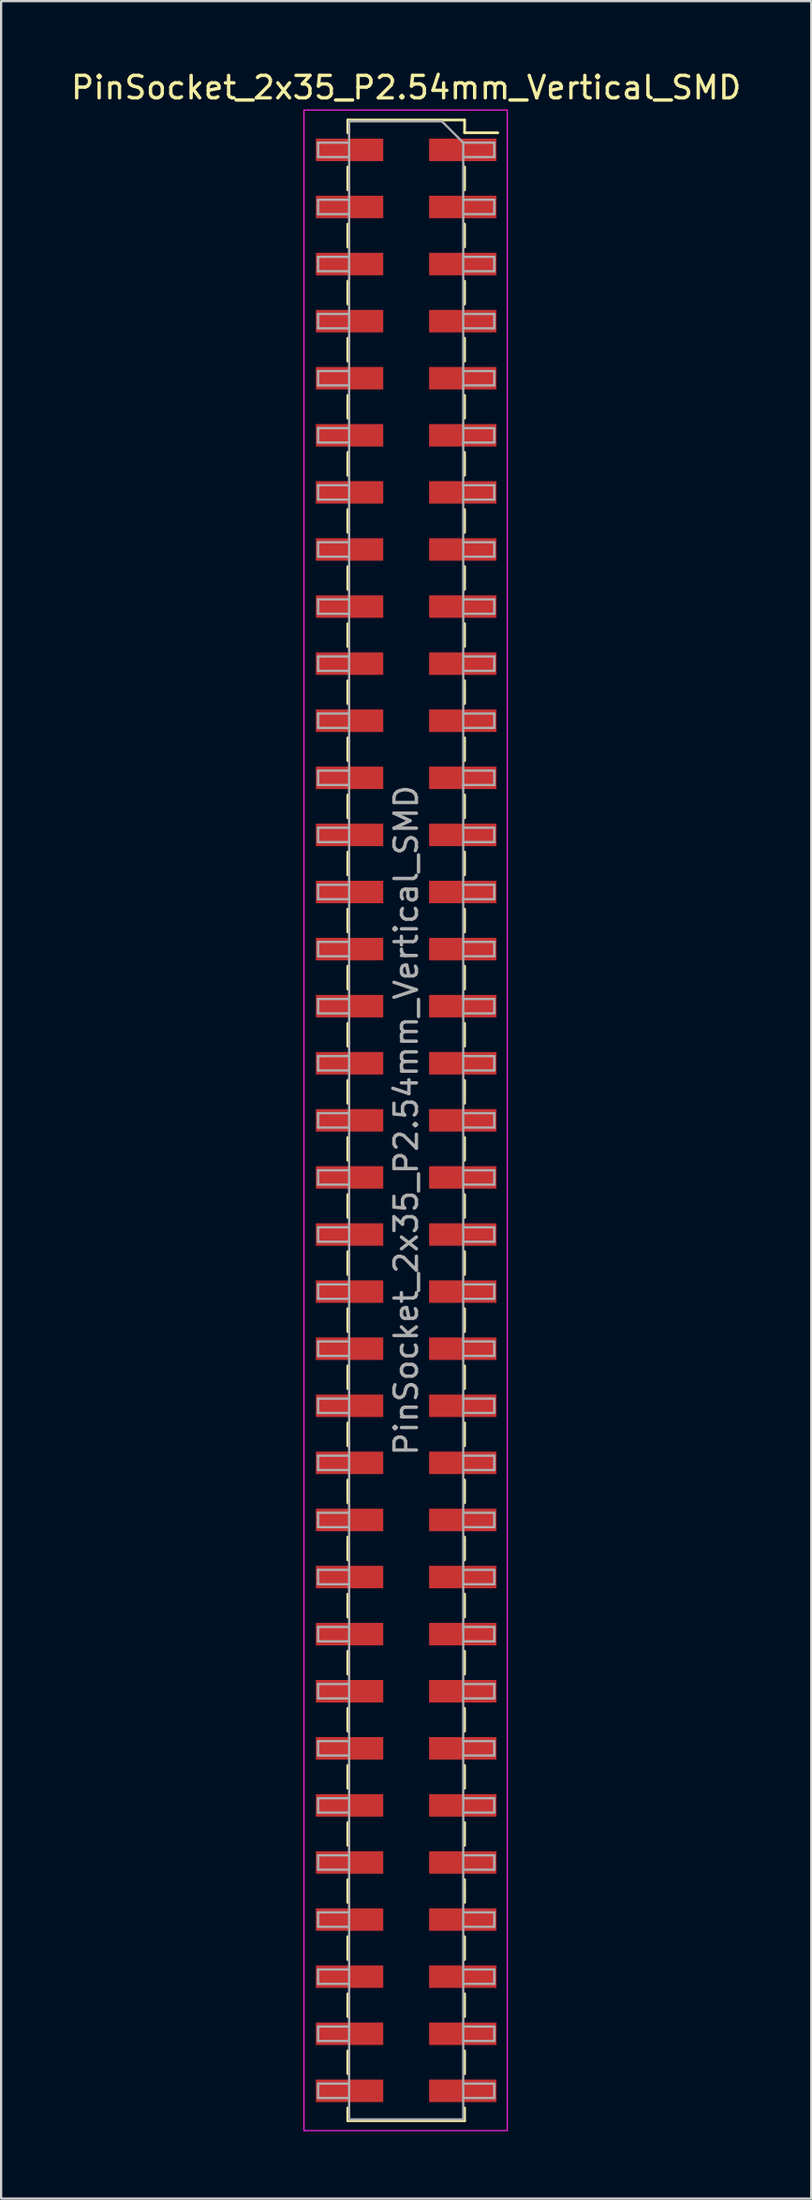
<source format=kicad_pcb>
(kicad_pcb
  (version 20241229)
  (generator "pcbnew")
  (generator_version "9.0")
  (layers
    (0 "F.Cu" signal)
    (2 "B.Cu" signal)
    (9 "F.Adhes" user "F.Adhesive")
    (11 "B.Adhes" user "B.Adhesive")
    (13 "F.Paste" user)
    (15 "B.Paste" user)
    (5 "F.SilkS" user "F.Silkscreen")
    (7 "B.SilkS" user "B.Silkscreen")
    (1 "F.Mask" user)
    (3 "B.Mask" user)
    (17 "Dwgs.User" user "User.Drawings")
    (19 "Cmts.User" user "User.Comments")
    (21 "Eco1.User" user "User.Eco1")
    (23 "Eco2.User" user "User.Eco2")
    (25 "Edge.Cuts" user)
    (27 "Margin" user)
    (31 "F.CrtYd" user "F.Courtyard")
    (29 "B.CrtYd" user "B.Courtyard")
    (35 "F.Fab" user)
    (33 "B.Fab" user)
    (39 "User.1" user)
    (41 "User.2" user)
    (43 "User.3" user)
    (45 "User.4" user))
  (footprint "PinSocket_2x35_P2.54mm_Vertical_SMD"
    (layer "F.Cu")
    (at 15.03 46.798)
    (property "Reference" "PinSocket_2x35_P2.54mm_Vertical_SMD" (at 0 -45.95 0) (layer "F.SilkS") (effects (font (size 1 1) (thickness 0.15))))
    (attr smd)
    (fp_line (start -2.6 -44.51) (end 2.6 -44.51) (stroke (width 0.12) (type solid)) (layer "F.SilkS"))
    (fp_line (start -2.6 -43.94) (end -2.6 -44.51) (stroke (width 0.12) (type solid)) (layer "F.SilkS"))
    (fp_line (start -2.6 -42.42) (end -2.6 -41.4) (stroke (width 0.12) (type solid)) (layer "F.SilkS"))
    (fp_line (start -2.6 -39.88) (end -2.6 -38.86) (stroke (width 0.12) (type solid)) (layer "F.SilkS"))
    (fp_line (start -2.6 -37.34) (end -2.6 -36.32) (stroke (width 0.12) (type solid)) (layer "F.SilkS"))
    (fp_line (start -2.6 -34.8) (end -2.6 -33.78) (stroke (width 0.12) (type solid)) (layer "F.SilkS"))
    (fp_line (start -2.6 -32.26) (end -2.6 -31.24) (stroke (width 0.12) (type solid)) (layer "F.SilkS"))
    (fp_line (start -2.6 -29.72) (end -2.6 -28.7) (stroke (width 0.12) (type solid)) (layer "F.SilkS"))
    (fp_line (start -2.6 -27.18) (end -2.6 -26.16) (stroke (width 0.12) (type solid)) (layer "F.SilkS"))
    (fp_line (start -2.6 -24.64) (end -2.6 -23.62) (stroke (width 0.12) (type solid)) (layer "F.SilkS"))
    (fp_line (start -2.6 -22.1) (end -2.6 -21.08) (stroke (width 0.12) (type solid)) (layer "F.SilkS"))
    (fp_line (start -2.6 -19.56) (end -2.6 -18.54) (stroke (width 0.12) (type solid)) (layer "F.SilkS"))
    (fp_line (start -2.6 -17.02) (end -2.6 -16) (stroke (width 0.12) (type solid)) (layer "F.SilkS"))
    (fp_line (start -2.6 -14.48) (end -2.6 -13.46) (stroke (width 0.12) (type solid)) (layer "F.SilkS"))
    (fp_line (start -2.6 -11.94) (end -2.6 -10.92) (stroke (width 0.12) (type solid)) (layer "F.SilkS"))
    (fp_line (start -2.6 -9.4) (end -2.6 -8.38) (stroke (width 0.12) (type solid)) (layer "F.SilkS"))
    (fp_line (start -2.6 -6.86) (end -2.6 -5.84) (stroke (width 0.12) (type solid)) (layer "F.SilkS"))
    (fp_line (start -2.6 -4.32) (end -2.6 -3.3) (stroke (width 0.12) (type solid)) (layer "F.SilkS"))
    (fp_line (start -2.6 -1.78) (end -2.6 -0.76) (stroke (width 0.12) (type solid)) (layer "F.SilkS"))
    (fp_line (start -2.6 0.76) (end -2.6 1.78) (stroke (width 0.12) (type solid)) (layer "F.SilkS"))
    (fp_line (start -2.6 3.3) (end -2.6 4.32) (stroke (width 0.12) (type solid)) (layer "F.SilkS"))
    (fp_line (start -2.6 5.84) (end -2.6 6.86) (stroke (width 0.12) (type solid)) (layer "F.SilkS"))
    (fp_line (start -2.6 8.38) (end -2.6 9.4) (stroke (width 0.12) (type solid)) (layer "F.SilkS"))
    (fp_line (start -2.6 10.92) (end -2.6 11.94) (stroke (width 0.12) (type solid)) (layer "F.SilkS"))
    (fp_line (start -2.6 13.46) (end -2.6 14.48) (stroke (width 0.12) (type solid)) (layer "F.SilkS"))
    (fp_line (start -2.6 16) (end -2.6 17.02) (stroke (width 0.12) (type solid)) (layer "F.SilkS"))
    (fp_line (start -2.6 18.54) (end -2.6 19.56) (stroke (width 0.12) (type solid)) (layer "F.SilkS"))
    (fp_line (start -2.6 21.08) (end -2.6 22.1) (stroke (width 0.12) (type solid)) (layer "F.SilkS"))
    (fp_line (start -2.6 23.62) (end -2.6 24.64) (stroke (width 0.12) (type solid)) (layer "F.SilkS"))
    (fp_line (start -2.6 26.16) (end -2.6 27.18) (stroke (width 0.12) (type solid)) (layer "F.SilkS"))
    (fp_line (start -2.6 28.7) (end -2.6 29.72) (stroke (width 0.12) (type solid)) (layer "F.SilkS"))
    (fp_line (start -2.6 31.24) (end -2.6 32.26) (stroke (width 0.12) (type solid)) (layer "F.SilkS"))
    (fp_line (start -2.6 33.78) (end -2.6 34.8) (stroke (width 0.12) (type solid)) (layer "F.SilkS"))
    (fp_line (start -2.6 36.32) (end -2.6 37.34) (stroke (width 0.12) (type solid)) (layer "F.SilkS"))
    (fp_line (start -2.6 38.86) (end -2.6 39.88) (stroke (width 0.12) (type solid)) (layer "F.SilkS"))
    (fp_line (start -2.6 41.4) (end -2.6 42.42) (stroke (width 0.12) (type solid)) (layer "F.SilkS"))
    (fp_line (start -2.6 44.51) (end -2.6 43.94) (stroke (width 0.12) (type solid)) (layer "F.SilkS"))
    (fp_line (start 2.6 -44.51) (end 2.6 -43.94) (stroke (width 0.12) (type solid)) (layer "F.SilkS"))
    (fp_line (start 2.6 -43.94) (end 4.08 -43.94) (stroke (width 0.12) (type solid)) (layer "F.SilkS"))
    (fp_line (start 2.6 -41.4) (end 2.6 -42.42) (stroke (width 0.12) (type solid)) (layer "F.SilkS"))
    (fp_line (start 2.6 -38.86) (end 2.6 -39.88) (stroke (width 0.12) (type solid)) (layer "F.SilkS"))
    (fp_line (start 2.6 -36.32) (end 2.6 -37.34) (stroke (width 0.12) (type solid)) (layer "F.SilkS"))
    (fp_line (start 2.6 -33.78) (end 2.6 -34.8) (stroke (width 0.12) (type solid)) (layer "F.SilkS"))
    (fp_line (start 2.6 -31.24) (end 2.6 -32.26) (stroke (width 0.12) (type solid)) (layer "F.SilkS"))
    (fp_line (start 2.6 -28.7) (end 2.6 -29.72) (stroke (width 0.12) (type solid)) (layer "F.SilkS"))
    (fp_line (start 2.6 -26.16) (end 2.6 -27.18) (stroke (width 0.12) (type solid)) (layer "F.SilkS"))
    (fp_line (start 2.6 -23.62) (end 2.6 -24.64) (stroke (width 0.12) (type solid)) (layer "F.SilkS"))
    (fp_line (start 2.6 -21.08) (end 2.6 -22.1) (stroke (width 0.12) (type solid)) (layer "F.SilkS"))
    (fp_line (start 2.6 -18.54) (end 2.6 -19.56) (stroke (width 0.12) (type solid)) (layer "F.SilkS"))
    (fp_line (start 2.6 -16) (end 2.6 -17.02) (stroke (width 0.12) (type solid)) (layer "F.SilkS"))
    (fp_line (start 2.6 -13.46) (end 2.6 -14.48) (stroke (width 0.12) (type solid)) (layer "F.SilkS"))
    (fp_line (start 2.6 -10.92) (end 2.6 -11.94) (stroke (width 0.12) (type solid)) (layer "F.SilkS"))
    (fp_line (start 2.6 -8.38) (end 2.6 -9.4) (stroke (width 0.12) (type solid)) (layer "F.SilkS"))
    (fp_line (start 2.6 -5.84) (end 2.6 -6.86) (stroke (width 0.12) (type solid)) (layer "F.SilkS"))
    (fp_line (start 2.6 -3.3) (end 2.6 -4.32) (stroke (width 0.12) (type solid)) (layer "F.SilkS"))
    (fp_line (start 2.6 -0.76) (end 2.6 -1.78) (stroke (width 0.12) (type solid)) (layer "F.SilkS"))
    (fp_line (start 2.6 1.78) (end 2.6 0.76) (stroke (width 0.12) (type solid)) (layer "F.SilkS"))
    (fp_line (start 2.6 4.32) (end 2.6 3.3) (stroke (width 0.12) (type solid)) (layer "F.SilkS"))
    (fp_line (start 2.6 6.86) (end 2.6 5.84) (stroke (width 0.12) (type solid)) (layer "F.SilkS"))
    (fp_line (start 2.6 9.4) (end 2.6 8.38) (stroke (width 0.12) (type solid)) (layer "F.SilkS"))
    (fp_line (start 2.6 11.94) (end 2.6 10.92) (stroke (width 0.12) (type solid)) (layer "F.SilkS"))
    (fp_line (start 2.6 14.48) (end 2.6 13.46) (stroke (width 0.12) (type solid)) (layer "F.SilkS"))
    (fp_line (start 2.6 17.02) (end 2.6 16) (stroke (width 0.12) (type solid)) (layer "F.SilkS"))
    (fp_line (start 2.6 19.56) (end 2.6 18.54) (stroke (width 0.12) (type solid)) (layer "F.SilkS"))
    (fp_line (start 2.6 22.1) (end 2.6 21.08) (stroke (width 0.12) (type solid)) (layer "F.SilkS"))
    (fp_line (start 2.6 24.64) (end 2.6 23.62) (stroke (width 0.12) (type solid)) (layer "F.SilkS"))
    (fp_line (start 2.6 27.18) (end 2.6 26.16) (stroke (width 0.12) (type solid)) (layer "F.SilkS"))
    (fp_line (start 2.6 29.72) (end 2.6 28.7) (stroke (width 0.12) (type solid)) (layer "F.SilkS"))
    (fp_line (start 2.6 32.26) (end 2.6 31.24) (stroke (width 0.12) (type solid)) (layer "F.SilkS"))
    (fp_line (start 2.6 34.8) (end 2.6 33.78) (stroke (width 0.12) (type solid)) (layer "F.SilkS"))
    (fp_line (start 2.6 37.34) (end 2.6 36.32) (stroke (width 0.12) (type solid)) (layer "F.SilkS"))
    (fp_line (start 2.6 39.88) (end 2.6 38.86) (stroke (width 0.12) (type solid)) (layer "F.SilkS"))
    (fp_line (start 2.6 42.42) (end 2.6 41.4) (stroke (width 0.12) (type solid)) (layer "F.SilkS"))
    (fp_line (start 2.6 43.94) (end 2.6 44.51) (stroke (width 0.12) (type solid)) (layer "F.SilkS"))
    (fp_line (start 2.6 44.51) (end -2.6 44.51) (stroke (width 0.12) (type solid)) (layer "F.SilkS"))
    (fp_line (start -4.55 -44.95) (end 4.5 -44.95) (stroke (width 0.05) (type solid)) (layer "F.CrtYd"))
    (fp_line (start -4.55 44.95) (end -4.55 -44.95) (stroke (width 0.05) (type solid)) (layer "F.CrtYd"))
    (fp_line (start 4.5 -44.95) (end 4.5 44.95) (stroke (width 0.05) (type solid)) (layer "F.CrtYd"))
    (fp_line (start 4.5 44.95) (end -4.55 44.95) (stroke (width 0.05) (type solid)) (layer "F.CrtYd"))
    (fp_line (start -3.92 -43.5) (end -2.54 -43.5) (stroke (width 0.1) (type solid)) (layer "F.Fab"))
    (fp_line (start -3.92 -42.86) (end -3.92 -43.5) (stroke (width 0.1) (type solid)) (layer "F.Fab"))
    (fp_line (start -3.92 -40.96) (end -2.54 -40.96) (stroke (width 0.1) (type solid)) (layer "F.Fab"))
    (fp_line (start -3.92 -40.32) (end -3.92 -40.96) (stroke (width 0.1) (type solid)) (layer "F.Fab"))
    (fp_line (start -3.92 -38.42) (end -2.54 -38.42) (stroke (width 0.1) (type solid)) (layer "F.Fab"))
    (fp_line (start -3.92 -37.78) (end -3.92 -38.42) (stroke (width 0.1) (type solid)) (layer "F.Fab"))
    (fp_line (start -3.92 -35.88) (end -2.54 -35.88) (stroke (width 0.1) (type solid)) (layer "F.Fab"))
    (fp_line (start -3.92 -35.24) (end -3.92 -35.88) (stroke (width 0.1) (type solid)) (layer "F.Fab"))
    (fp_line (start -3.92 -33.34) (end -2.54 -33.34) (stroke (width 0.1) (type solid)) (layer "F.Fab"))
    (fp_line (start -3.92 -32.7) (end -3.92 -33.34) (stroke (width 0.1) (type solid)) (layer "F.Fab"))
    (fp_line (start -3.92 -30.8) (end -2.54 -30.8) (stroke (width 0.1) (type solid)) (layer "F.Fab"))
    (fp_line (start -3.92 -30.16) (end -3.92 -30.8) (stroke (width 0.1) (type solid)) (layer "F.Fab"))
    (fp_line (start -3.92 -28.26) (end -2.54 -28.26) (stroke (width 0.1) (type solid)) (layer "F.Fab"))
    (fp_line (start -3.92 -27.62) (end -3.92 -28.26) (stroke (width 0.1) (type solid)) (layer "F.Fab"))
    (fp_line (start -3.92 -25.72) (end -2.54 -25.72) (stroke (width 0.1) (type solid)) (layer "F.Fab"))
    (fp_line (start -3.92 -25.08) (end -3.92 -25.72) (stroke (width 0.1) (type solid)) (layer "F.Fab"))
    (fp_line (start -3.92 -23.18) (end -2.54 -23.18) (stroke (width 0.1) (type solid)) (layer "F.Fab"))
    (fp_line (start -3.92 -22.54) (end -3.92 -23.18) (stroke (width 0.1) (type solid)) (layer "F.Fab"))
    (fp_line (start -3.92 -20.64) (end -2.54 -20.64) (stroke (width 0.1) (type solid)) (layer "F.Fab"))
    (fp_line (start -3.92 -20) (end -3.92 -20.64) (stroke (width 0.1) (type solid)) (layer "F.Fab"))
    (fp_line (start -3.92 -18.1) (end -2.54 -18.1) (stroke (width 0.1) (type solid)) (layer "F.Fab"))
    (fp_line (start -3.92 -17.46) (end -3.92 -18.1) (stroke (width 0.1) (type solid)) (layer "F.Fab"))
    (fp_line (start -3.92 -15.56) (end -2.54 -15.56) (stroke (width 0.1) (type solid)) (layer "F.Fab"))
    (fp_line (start -3.92 -14.92) (end -3.92 -15.56) (stroke (width 0.1) (type solid)) (layer "F.Fab"))
    (fp_line (start -3.92 -13.02) (end -2.54 -13.02) (stroke (width 0.1) (type solid)) (layer "F.Fab"))
    (fp_line (start -3.92 -12.38) (end -3.92 -13.02) (stroke (width 0.1) (type solid)) (layer "F.Fab"))
    (fp_line (start -3.92 -10.48) (end -2.54 -10.48) (stroke (width 0.1) (type solid)) (layer "F.Fab"))
    (fp_line (start -3.92 -9.84) (end -3.92 -10.48) (stroke (width 0.1) (type solid)) (layer "F.Fab"))
    (fp_line (start -3.92 -7.94) (end -2.54 -7.94) (stroke (width 0.1) (type solid)) (layer "F.Fab"))
    (fp_line (start -3.92 -7.3) (end -3.92 -7.94) (stroke (width 0.1) (type solid)) (layer "F.Fab"))
    (fp_line (start -3.92 -5.4) (end -2.54 -5.4) (stroke (width 0.1) (type solid)) (layer "F.Fab"))
    (fp_line (start -3.92 -4.76) (end -3.92 -5.4) (stroke (width 0.1) (type solid)) (layer "F.Fab"))
    (fp_line (start -3.92 -2.86) (end -2.54 -2.86) (stroke (width 0.1) (type solid)) (layer "F.Fab"))
    (fp_line (start -3.92 -2.22) (end -3.92 -2.86) (stroke (width 0.1) (type solid)) (layer "F.Fab"))
    (fp_line (start -3.92 -0.32) (end -2.54 -0.32) (stroke (width 0.1) (type solid)) (layer "F.Fab"))
    (fp_line (start -3.92 0.32) (end -3.92 -0.32) (stroke (width 0.1) (type solid)) (layer "F.Fab"))
    (fp_line (start -3.92 2.22) (end -2.54 2.22) (stroke (width 0.1) (type solid)) (layer "F.Fab"))
    (fp_line (start -3.92 2.86) (end -3.92 2.22) (stroke (width 0.1) (type solid)) (layer "F.Fab"))
    (fp_line (start -3.92 4.76) (end -2.54 4.76) (stroke (width 0.1) (type solid)) (layer "F.Fab"))
    (fp_line (start -3.92 5.4) (end -3.92 4.76) (stroke (width 0.1) (type solid)) (layer "F.Fab"))
    (fp_line (start -3.92 7.3) (end -2.54 7.3) (stroke (width 0.1) (type solid)) (layer "F.Fab"))
    (fp_line (start -3.92 7.94) (end -3.92 7.3) (stroke (width 0.1) (type solid)) (layer "F.Fab"))
    (fp_line (start -3.92 9.84) (end -2.54 9.84) (stroke (width 0.1) (type solid)) (layer "F.Fab"))
    (fp_line (start -3.92 10.48) (end -3.92 9.84) (stroke (width 0.1) (type solid)) (layer "F.Fab"))
    (fp_line (start -3.92 12.38) (end -2.54 12.38) (stroke (width 0.1) (type solid)) (layer "F.Fab"))
    (fp_line (start -3.92 13.02) (end -3.92 12.38) (stroke (width 0.1) (type solid)) (layer "F.Fab"))
    (fp_line (start -3.92 14.92) (end -2.54 14.92) (stroke (width 0.1) (type solid)) (layer "F.Fab"))
    (fp_line (start -3.92 15.56) (end -3.92 14.92) (stroke (width 0.1) (type solid)) (layer "F.Fab"))
    (fp_line (start -3.92 17.46) (end -2.54 17.46) (stroke (width 0.1) (type solid)) (layer "F.Fab"))
    (fp_line (start -3.92 18.1) (end -3.92 17.46) (stroke (width 0.1) (type solid)) (layer "F.Fab"))
    (fp_line (start -3.92 20) (end -2.54 20) (stroke (width 0.1) (type solid)) (layer "F.Fab"))
    (fp_line (start -3.92 20.64) (end -3.92 20) (stroke (width 0.1) (type solid)) (layer "F.Fab"))
    (fp_line (start -3.92 22.54) (end -2.54 22.54) (stroke (width 0.1) (type solid)) (layer "F.Fab"))
    (fp_line (start -3.92 23.18) (end -3.92 22.54) (stroke (width 0.1) (type solid)) (layer "F.Fab"))
    (fp_line (start -3.92 25.08) (end -2.54 25.08) (stroke (width 0.1) (type solid)) (layer "F.Fab"))
    (fp_line (start -3.92 25.72) (end -3.92 25.08) (stroke (width 0.1) (type solid)) (layer "F.Fab"))
    (fp_line (start -3.92 27.62) (end -2.54 27.62) (stroke (width 0.1) (type solid)) (layer "F.Fab"))
    (fp_line (start -3.92 28.26) (end -3.92 27.62) (stroke (width 0.1) (type solid)) (layer "F.Fab"))
    (fp_line (start -3.92 30.16) (end -2.54 30.16) (stroke (width 0.1) (type solid)) (layer "F.Fab"))
    (fp_line (start -3.92 30.8) (end -3.92 30.16) (stroke (width 0.1) (type solid)) (layer "F.Fab"))
    (fp_line (start -3.92 32.7) (end -2.54 32.7) (stroke (width 0.1) (type solid)) (layer "F.Fab"))
    (fp_line (start -3.92 33.34) (end -3.92 32.7) (stroke (width 0.1) (type solid)) (layer "F.Fab"))
    (fp_line (start -3.92 35.24) (end -2.54 35.24) (stroke (width 0.1) (type solid)) (layer "F.Fab"))
    (fp_line (start -3.92 35.88) (end -3.92 35.24) (stroke (width 0.1) (type solid)) (layer "F.Fab"))
    (fp_line (start -3.92 37.78) (end -2.54 37.78) (stroke (width 0.1) (type solid)) (layer "F.Fab"))
    (fp_line (start -3.92 38.42) (end -3.92 37.78) (stroke (width 0.1) (type solid)) (layer "F.Fab"))
    (fp_line (start -3.92 40.32) (end -2.54 40.32) (stroke (width 0.1) (type solid)) (layer "F.Fab"))
    (fp_line (start -3.92 40.96) (end -3.92 40.32) (stroke (width 0.1) (type solid)) (layer "F.Fab"))
    (fp_line (start -3.92 42.86) (end -2.54 42.86) (stroke (width 0.1) (type solid)) (layer "F.Fab"))
    (fp_line (start -3.92 43.5) (end -3.92 42.86) (stroke (width 0.1) (type solid)) (layer "F.Fab"))
    (fp_line (start -2.54 -44.45) (end 1.59 -44.45) (stroke (width 0.1) (type solid)) (layer "F.Fab"))
    (fp_line (start -2.54 -42.86) (end -3.92 -42.86) (stroke (width 0.1) (type solid)) (layer "F.Fab"))
    (fp_line (start -2.54 -40.32) (end -3.92 -40.32) (stroke (width 0.1) (type solid)) (layer "F.Fab"))
    (fp_line (start -2.54 -37.78) (end -3.92 -37.78) (stroke (width 0.1) (type solid)) (layer "F.Fab"))
    (fp_line (start -2.54 -35.24) (end -3.92 -35.24) (stroke (width 0.1) (type solid)) (layer "F.Fab"))
    (fp_line (start -2.54 -32.7) (end -3.92 -32.7) (stroke (width 0.1) (type solid)) (layer "F.Fab"))
    (fp_line (start -2.54 -30.16) (end -3.92 -30.16) (stroke (width 0.1) (type solid)) (layer "F.Fab"))
    (fp_line (start -2.54 -27.62) (end -3.92 -27.62) (stroke (width 0.1) (type solid)) (layer "F.Fab"))
    (fp_line (start -2.54 -25.08) (end -3.92 -25.08) (stroke (width 0.1) (type solid)) (layer "F.Fab"))
    (fp_line (start -2.54 -22.54) (end -3.92 -22.54) (stroke (width 0.1) (type solid)) (layer "F.Fab"))
    (fp_line (start -2.54 -20) (end -3.92 -20) (stroke (width 0.1) (type solid)) (layer "F.Fab"))
    (fp_line (start -2.54 -17.46) (end -3.92 -17.46) (stroke (width 0.1) (type solid)) (layer "F.Fab"))
    (fp_line (start -2.54 -14.92) (end -3.92 -14.92) (stroke (width 0.1) (type solid)) (layer "F.Fab"))
    (fp_line (start -2.54 -12.38) (end -3.92 -12.38) (stroke (width 0.1) (type solid)) (layer "F.Fab"))
    (fp_line (start -2.54 -9.84) (end -3.92 -9.84) (stroke (width 0.1) (type solid)) (layer "F.Fab"))
    (fp_line (start -2.54 -7.3) (end -3.92 -7.3) (stroke (width 0.1) (type solid)) (layer "F.Fab"))
    (fp_line (start -2.54 -4.76) (end -3.92 -4.76) (stroke (width 0.1) (type solid)) (layer "F.Fab"))
    (fp_line (start -2.54 -2.22) (end -3.92 -2.22) (stroke (width 0.1) (type solid)) (layer "F.Fab"))
    (fp_line (start -2.54 0.32) (end -3.92 0.32) (stroke (width 0.1) (type solid)) (layer "F.Fab"))
    (fp_line (start -2.54 2.86) (end -3.92 2.86) (stroke (width 0.1) (type solid)) (layer "F.Fab"))
    (fp_line (start -2.54 5.4) (end -3.92 5.4) (stroke (width 0.1) (type solid)) (layer "F.Fab"))
    (fp_line (start -2.54 7.94) (end -3.92 7.94) (stroke (width 0.1) (type solid)) (layer "F.Fab"))
    (fp_line (start -2.54 10.48) (end -3.92 10.48) (stroke (width 0.1) (type solid)) (layer "F.Fab"))
    (fp_line (start -2.54 13.02) (end -3.92 13.02) (stroke (width 0.1) (type solid)) (layer "F.Fab"))
    (fp_line (start -2.54 15.56) (end -3.92 15.56) (stroke (width 0.1) (type solid)) (layer "F.Fab"))
    (fp_line (start -2.54 18.1) (end -3.92 18.1) (stroke (width 0.1) (type solid)) (layer "F.Fab"))
    (fp_line (start -2.54 20.64) (end -3.92 20.64) (stroke (width 0.1) (type solid)) (layer "F.Fab"))
    (fp_line (start -2.54 23.18) (end -3.92 23.18) (stroke (width 0.1) (type solid)) (layer "F.Fab"))
    (fp_line (start -2.54 25.72) (end -3.92 25.72) (stroke (width 0.1) (type solid)) (layer "F.Fab"))
    (fp_line (start -2.54 28.26) (end -3.92 28.26) (stroke (width 0.1) (type solid)) (layer "F.Fab"))
    (fp_line (start -2.54 30.8) (end -3.92 30.8) (stroke (width 0.1) (type solid)) (layer "F.Fab"))
    (fp_line (start -2.54 33.34) (end -3.92 33.34) (stroke (width 0.1) (type solid)) (layer "F.Fab"))
    (fp_line (start -2.54 35.88) (end -3.92 35.88) (stroke (width 0.1) (type solid)) (layer "F.Fab"))
    (fp_line (start -2.54 38.42) (end -3.92 38.42) (stroke (width 0.1) (type solid)) (layer "F.Fab"))
    (fp_line (start -2.54 40.96) (end -3.92 40.96) (stroke (width 0.1) (type solid)) (layer "F.Fab"))
    (fp_line (start -2.54 43.5) (end -3.92 43.5) (stroke (width 0.1) (type solid)) (layer "F.Fab"))
    (fp_line (start -2.54 44.45) (end -2.54 -44.45) (stroke (width 0.1) (type solid)) (layer "F.Fab"))
    (fp_line (start 1.59 -44.45) (end 2.54 -43.5) (stroke (width 0.1) (type solid)) (layer "F.Fab"))
    (fp_line (start 2.54 -43.5) (end 2.54 44.45) (stroke (width 0.1) (type solid)) (layer "F.Fab"))
    (fp_line (start 2.54 -43.5) (end 3.92 -43.5) (stroke (width 0.1) (type solid)) (layer "F.Fab"))
    (fp_line (start 2.54 -40.96) (end 3.92 -40.96) (stroke (width 0.1) (type solid)) (layer "F.Fab"))
    (fp_line (start 2.54 -38.42) (end 3.92 -38.42) (stroke (width 0.1) (type solid)) (layer "F.Fab"))
    (fp_line (start 2.54 -35.88) (end 3.92 -35.88) (stroke (width 0.1) (type solid)) (layer "F.Fab"))
    (fp_line (start 2.54 -33.34) (end 3.92 -33.34) (stroke (width 0.1) (type solid)) (layer "F.Fab"))
    (fp_line (start 2.54 -30.8) (end 3.92 -30.8) (stroke (width 0.1) (type solid)) (layer "F.Fab"))
    (fp_line (start 2.54 -28.26) (end 3.92 -28.26) (stroke (width 0.1) (type solid)) (layer "F.Fab"))
    (fp_line (start 2.54 -25.72) (end 3.92 -25.72) (stroke (width 0.1) (type solid)) (layer "F.Fab"))
    (fp_line (start 2.54 -23.18) (end 3.92 -23.18) (stroke (width 0.1) (type solid)) (layer "F.Fab"))
    (fp_line (start 2.54 -20.64) (end 3.92 -20.64) (stroke (width 0.1) (type solid)) (layer "F.Fab"))
    (fp_line (start 2.54 -18.1) (end 3.92 -18.1) (stroke (width 0.1) (type solid)) (layer "F.Fab"))
    (fp_line (start 2.54 -15.56) (end 3.92 -15.56) (stroke (width 0.1) (type solid)) (layer "F.Fab"))
    (fp_line (start 2.54 -13.02) (end 3.92 -13.02) (stroke (width 0.1) (type solid)) (layer "F.Fab"))
    (fp_line (start 2.54 -10.48) (end 3.92 -10.48) (stroke (width 0.1) (type solid)) (layer "F.Fab"))
    (fp_line (start 2.54 -7.94) (end 3.92 -7.94) (stroke (width 0.1) (type solid)) (layer "F.Fab"))
    (fp_line (start 2.54 -5.4) (end 3.92 -5.4) (stroke (width 0.1) (type solid)) (layer "F.Fab"))
    (fp_line (start 2.54 -2.86) (end 3.92 -2.86) (stroke (width 0.1) (type solid)) (layer "F.Fab"))
    (fp_line (start 2.54 -0.32) (end 3.92 -0.32) (stroke (width 0.1) (type solid)) (layer "F.Fab"))
    (fp_line (start 2.54 2.22) (end 3.92 2.22) (stroke (width 0.1) (type solid)) (layer "F.Fab"))
    (fp_line (start 2.54 4.76) (end 3.92 4.76) (stroke (width 0.1) (type solid)) (layer "F.Fab"))
    (fp_line (start 2.54 7.3) (end 3.92 7.3) (stroke (width 0.1) (type solid)) (layer "F.Fab"))
    (fp_line (start 2.54 9.84) (end 3.92 9.84) (stroke (width 0.1) (type solid)) (layer "F.Fab"))
    (fp_line (start 2.54 12.38) (end 3.92 12.38) (stroke (width 0.1) (type solid)) (layer "F.Fab"))
    (fp_line (start 2.54 14.92) (end 3.92 14.92) (stroke (width 0.1) (type solid)) (layer "F.Fab"))
    (fp_line (start 2.54 17.46) (end 3.92 17.46) (stroke (width 0.1) (type solid)) (layer "F.Fab"))
    (fp_line (start 2.54 20) (end 3.92 20) (stroke (width 0.1) (type solid)) (layer "F.Fab"))
    (fp_line (start 2.54 22.54) (end 3.92 22.54) (stroke (width 0.1) (type solid)) (layer "F.Fab"))
    (fp_line (start 2.54 25.08) (end 3.92 25.08) (stroke (width 0.1) (type solid)) (layer "F.Fab"))
    (fp_line (start 2.54 27.62) (end 3.92 27.62) (stroke (width 0.1) (type solid)) (layer "F.Fab"))
    (fp_line (start 2.54 30.16) (end 3.92 30.16) (stroke (width 0.1) (type solid)) (layer "F.Fab"))
    (fp_line (start 2.54 32.7) (end 3.92 32.7) (stroke (width 0.1) (type solid)) (layer "F.Fab"))
    (fp_line (start 2.54 35.24) (end 3.92 35.24) (stroke (width 0.1) (type solid)) (layer "F.Fab"))
    (fp_line (start 2.54 37.78) (end 3.92 37.78) (stroke (width 0.1) (type solid)) (layer "F.Fab"))
    (fp_line (start 2.54 40.32) (end 3.92 40.32) (stroke (width 0.1) (type solid)) (layer "F.Fab"))
    (fp_line (start 2.54 42.86) (end 3.92 42.86) (stroke (width 0.1) (type solid)) (layer "F.Fab"))
    (fp_line (start 2.54 44.45) (end -2.54 44.45) (stroke (width 0.1) (type solid)) (layer "F.Fab"))
    (fp_line (start 3.92 -43.5) (end 3.92 -42.86) (stroke (width 0.1) (type solid)) (layer "F.Fab"))
    (fp_line (start 3.92 -42.86) (end 2.54 -42.86) (stroke (width 0.1) (type solid)) (layer "F.Fab"))
    (fp_line (start 3.92 -40.96) (end 3.92 -40.32) (stroke (width 0.1) (type solid)) (layer "F.Fab"))
    (fp_line (start 3.92 -40.32) (end 2.54 -40.32) (stroke (width 0.1) (type solid)) (layer "F.Fab"))
    (fp_line (start 3.92 -38.42) (end 3.92 -37.78) (stroke (width 0.1) (type solid)) (layer "F.Fab"))
    (fp_line (start 3.92 -37.78) (end 2.54 -37.78) (stroke (width 0.1) (type solid)) (layer "F.Fab"))
    (fp_line (start 3.92 -35.88) (end 3.92 -35.24) (stroke (width 0.1) (type solid)) (layer "F.Fab"))
    (fp_line (start 3.92 -35.24) (end 2.54 -35.24) (stroke (width 0.1) (type solid)) (layer "F.Fab"))
    (fp_line (start 3.92 -33.34) (end 3.92 -32.7) (stroke (width 0.1) (type solid)) (layer "F.Fab"))
    (fp_line (start 3.92 -32.7) (end 2.54 -32.7) (stroke (width 0.1) (type solid)) (layer "F.Fab"))
    (fp_line (start 3.92 -30.8) (end 3.92 -30.16) (stroke (width 0.1) (type solid)) (layer "F.Fab"))
    (fp_line (start 3.92 -30.16) (end 2.54 -30.16) (stroke (width 0.1) (type solid)) (layer "F.Fab"))
    (fp_line (start 3.92 -28.26) (end 3.92 -27.62) (stroke (width 0.1) (type solid)) (layer "F.Fab"))
    (fp_line (start 3.92 -27.62) (end 2.54 -27.62) (stroke (width 0.1) (type solid)) (layer "F.Fab"))
    (fp_line (start 3.92 -25.72) (end 3.92 -25.08) (stroke (width 0.1) (type solid)) (layer "F.Fab"))
    (fp_line (start 3.92 -25.08) (end 2.54 -25.08) (stroke (width 0.1) (type solid)) (layer "F.Fab"))
    (fp_line (start 3.92 -23.18) (end 3.92 -22.54) (stroke (width 0.1) (type solid)) (layer "F.Fab"))
    (fp_line (start 3.92 -22.54) (end 2.54 -22.54) (stroke (width 0.1) (type solid)) (layer "F.Fab"))
    (fp_line (start 3.92 -20.64) (end 3.92 -20) (stroke (width 0.1) (type solid)) (layer "F.Fab"))
    (fp_line (start 3.92 -20) (end 2.54 -20) (stroke (width 0.1) (type solid)) (layer "F.Fab"))
    (fp_line (start 3.92 -18.1) (end 3.92 -17.46) (stroke (width 0.1) (type solid)) (layer "F.Fab"))
    (fp_line (start 3.92 -17.46) (end 2.54 -17.46) (stroke (width 0.1) (type solid)) (layer "F.Fab"))
    (fp_line (start 3.92 -15.56) (end 3.92 -14.92) (stroke (width 0.1) (type solid)) (layer "F.Fab"))
    (fp_line (start 3.92 -14.92) (end 2.54 -14.92) (stroke (width 0.1) (type solid)) (layer "F.Fab"))
    (fp_line (start 3.92 -13.02) (end 3.92 -12.38) (stroke (width 0.1) (type solid)) (layer "F.Fab"))
    (fp_line (start 3.92 -12.38) (end 2.54 -12.38) (stroke (width 0.1) (type solid)) (layer "F.Fab"))
    (fp_line (start 3.92 -10.48) (end 3.92 -9.84) (stroke (width 0.1) (type solid)) (layer "F.Fab"))
    (fp_line (start 3.92 -9.84) (end 2.54 -9.84) (stroke (width 0.1) (type solid)) (layer "F.Fab"))
    (fp_line (start 3.92 -7.94) (end 3.92 -7.3) (stroke (width 0.1) (type solid)) (layer "F.Fab"))
    (fp_line (start 3.92 -7.3) (end 2.54 -7.3) (stroke (width 0.1) (type solid)) (layer "F.Fab"))
    (fp_line (start 3.92 -5.4) (end 3.92 -4.76) (stroke (width 0.1) (type solid)) (layer "F.Fab"))
    (fp_line (start 3.92 -4.76) (end 2.54 -4.76) (stroke (width 0.1) (type solid)) (layer "F.Fab"))
    (fp_line (start 3.92 -2.86) (end 3.92 -2.22) (stroke (width 0.1) (type solid)) (layer "F.Fab"))
    (fp_line (start 3.92 -2.22) (end 2.54 -2.22) (stroke (width 0.1) (type solid)) (layer "F.Fab"))
    (fp_line (start 3.92 -0.32) (end 3.92 0.32) (stroke (width 0.1) (type solid)) (layer "F.Fab"))
    (fp_line (start 3.92 0.32) (end 2.54 0.32) (stroke (width 0.1) (type solid)) (layer "F.Fab"))
    (fp_line (start 3.92 2.22) (end 3.92 2.86) (stroke (width 0.1) (type solid)) (layer "F.Fab"))
    (fp_line (start 3.92 2.86) (end 2.54 2.86) (stroke (width 0.1) (type solid)) (layer "F.Fab"))
    (fp_line (start 3.92 4.76) (end 3.92 5.4) (stroke (width 0.1) (type solid)) (layer "F.Fab"))
    (fp_line (start 3.92 5.4) (end 2.54 5.4) (stroke (width 0.1) (type solid)) (layer "F.Fab"))
    (fp_line (start 3.92 7.3) (end 3.92 7.94) (stroke (width 0.1) (type solid)) (layer "F.Fab"))
    (fp_line (start 3.92 7.94) (end 2.54 7.94) (stroke (width 0.1) (type solid)) (layer "F.Fab"))
    (fp_line (start 3.92 9.84) (end 3.92 10.48) (stroke (width 0.1) (type solid)) (layer "F.Fab"))
    (fp_line (start 3.92 10.48) (end 2.54 10.48) (stroke (width 0.1) (type solid)) (layer "F.Fab"))
    (fp_line (start 3.92 12.38) (end 3.92 13.02) (stroke (width 0.1) (type solid)) (layer "F.Fab"))
    (fp_line (start 3.92 13.02) (end 2.54 13.02) (stroke (width 0.1) (type solid)) (layer "F.Fab"))
    (fp_line (start 3.92 14.92) (end 3.92 15.56) (stroke (width 0.1) (type solid)) (layer "F.Fab"))
    (fp_line (start 3.92 15.56) (end 2.54 15.56) (stroke (width 0.1) (type solid)) (layer "F.Fab"))
    (fp_line (start 3.92 17.46) (end 3.92 18.1) (stroke (width 0.1) (type solid)) (layer "F.Fab"))
    (fp_line (start 3.92 18.1) (end 2.54 18.1) (stroke (width 0.1) (type solid)) (layer "F.Fab"))
    (fp_line (start 3.92 20) (end 3.92 20.64) (stroke (width 0.1) (type solid)) (layer "F.Fab"))
    (fp_line (start 3.92 20.64) (end 2.54 20.64) (stroke (width 0.1) (type solid)) (layer "F.Fab"))
    (fp_line (start 3.92 22.54) (end 3.92 23.18) (stroke (width 0.1) (type solid)) (layer "F.Fab"))
    (fp_line (start 3.92 23.18) (end 2.54 23.18) (stroke (width 0.1) (type solid)) (layer "F.Fab"))
    (fp_line (start 3.92 25.08) (end 3.92 25.72) (stroke (width 0.1) (type solid)) (layer "F.Fab"))
    (fp_line (start 3.92 25.72) (end 2.54 25.72) (stroke (width 0.1) (type solid)) (layer "F.Fab"))
    (fp_line (start 3.92 27.62) (end 3.92 28.26) (stroke (width 0.1) (type solid)) (layer "F.Fab"))
    (fp_line (start 3.92 28.26) (end 2.54 28.26) (stroke (width 0.1) (type solid)) (layer "F.Fab"))
    (fp_line (start 3.92 30.16) (end 3.92 30.8) (stroke (width 0.1) (type solid)) (layer "F.Fab"))
    (fp_line (start 3.92 30.8) (end 2.54 30.8) (stroke (width 0.1) (type solid)) (layer "F.Fab"))
    (fp_line (start 3.92 32.7) (end 3.92 33.34) (stroke (width 0.1) (type solid)) (layer "F.Fab"))
    (fp_line (start 3.92 33.34) (end 2.54 33.34) (stroke (width 0.1) (type solid)) (layer "F.Fab"))
    (fp_line (start 3.92 35.24) (end 3.92 35.88) (stroke (width 0.1) (type solid)) (layer "F.Fab"))
    (fp_line (start 3.92 35.88) (end 2.54 35.88) (stroke (width 0.1) (type solid)) (layer "F.Fab"))
    (fp_line (start 3.92 37.78) (end 3.92 38.42) (stroke (width 0.1) (type solid)) (layer "F.Fab"))
    (fp_line (start 3.92 38.42) (end 2.54 38.42) (stroke (width 0.1) (type solid)) (layer "F.Fab"))
    (fp_line (start 3.92 40.32) (end 3.92 40.96) (stroke (width 0.1) (type solid)) (layer "F.Fab"))
    (fp_line (start 3.92 40.96) (end 2.54 40.96) (stroke (width 0.1) (type solid)) (layer "F.Fab"))
    (fp_line (start 3.92 42.86) (end 3.92 43.5) (stroke (width 0.1) (type solid)) (layer "F.Fab"))
    (fp_line (start 3.92 43.5) (end 2.54 43.5) (stroke (width 0.1) (type solid)) (layer "F.Fab"))
    (fp_text user "${REFERENCE}" (at 0 0 90) (layer "F.Fab") (effects (font (size 1 1) (thickness 0.15))))
    (pad "1" smd rect (at 2.52 -43.18) (size 3 1) (layers "F.Cu" "F.Mask" "F.Paste"))
    (pad "2" smd rect (at -2.52 -43.18) (size 3 1) (layers "F.Cu" "F.Mask" "F.Paste"))
    (pad "3" smd rect (at 2.52 -40.64) (size 3 1) (layers "F.Cu" "F.Mask" "F.Paste"))
    (pad "4" smd rect (at -2.52 -40.64) (size 3 1) (layers "F.Cu" "F.Mask" "F.Paste"))
    (pad "5" smd rect (at 2.52 -38.1) (size 3 1) (layers "F.Cu" "F.Mask" "F.Paste"))
    (pad "6" smd rect (at -2.52 -38.1) (size 3 1) (layers "F.Cu" "F.Mask" "F.Paste"))
    (pad "7" smd rect (at 2.52 -35.56) (size 3 1) (layers "F.Cu" "F.Mask" "F.Paste"))
    (pad "8" smd rect (at -2.52 -35.56) (size 3 1) (layers "F.Cu" "F.Mask" "F.Paste"))
    (pad "9" smd rect (at 2.52 -33.02) (size 3 1) (layers "F.Cu" "F.Mask" "F.Paste"))
    (pad "10" smd rect (at -2.52 -33.02) (size 3 1) (layers "F.Cu" "F.Mask" "F.Paste"))
    (pad "11" smd rect (at 2.52 -30.48) (size 3 1) (layers "F.Cu" "F.Mask" "F.Paste"))
    (pad "12" smd rect (at -2.52 -30.48) (size 3 1) (layers "F.Cu" "F.Mask" "F.Paste"))
    (pad "13" smd rect (at 2.52 -27.94) (size 3 1) (layers "F.Cu" "F.Mask" "F.Paste"))
    (pad "14" smd rect (at -2.52 -27.94) (size 3 1) (layers "F.Cu" "F.Mask" "F.Paste"))
    (pad "15" smd rect (at 2.52 -25.4) (size 3 1) (layers "F.Cu" "F.Mask" "F.Paste"))
    (pad "16" smd rect (at -2.52 -25.4) (size 3 1) (layers "F.Cu" "F.Mask" "F.Paste"))
    (pad "17" smd rect (at 2.52 -22.86) (size 3 1) (layers "F.Cu" "F.Mask" "F.Paste"))
    (pad "18" smd rect (at -2.52 -22.86) (size 3 1) (layers "F.Cu" "F.Mask" "F.Paste"))
    (pad "19" smd rect (at 2.52 -20.32) (size 3 1) (layers "F.Cu" "F.Mask" "F.Paste"))
    (pad "20" smd rect (at -2.52 -20.32) (size 3 1) (layers "F.Cu" "F.Mask" "F.Paste"))
    (pad "21" smd rect (at 2.52 -17.78) (size 3 1) (layers "F.Cu" "F.Mask" "F.Paste"))
    (pad "22" smd rect (at -2.52 -17.78) (size 3 1) (layers "F.Cu" "F.Mask" "F.Paste"))
    (pad "23" smd rect (at 2.52 -15.24) (size 3 1) (layers "F.Cu" "F.Mask" "F.Paste"))
    (pad "24" smd rect (at -2.52 -15.24) (size 3 1) (layers "F.Cu" "F.Mask" "F.Paste"))
    (pad "25" smd rect (at 2.52 -12.7) (size 3 1) (layers "F.Cu" "F.Mask" "F.Paste"))
    (pad "26" smd rect (at -2.52 -12.7) (size 3 1) (layers "F.Cu" "F.Mask" "F.Paste"))
    (pad "27" smd rect (at 2.52 -10.16) (size 3 1) (layers "F.Cu" "F.Mask" "F.Paste"))
    (pad "28" smd rect (at -2.52 -10.16) (size 3 1) (layers "F.Cu" "F.Mask" "F.Paste"))
    (pad "29" smd rect (at 2.52 -7.62) (size 3 1) (layers "F.Cu" "F.Mask" "F.Paste"))
    (pad "30" smd rect (at -2.52 -7.62) (size 3 1) (layers "F.Cu" "F.Mask" "F.Paste"))
    (pad "31" smd rect (at 2.52 -5.08) (size 3 1) (layers "F.Cu" "F.Mask" "F.Paste"))
    (pad "32" smd rect (at -2.52 -5.08) (size 3 1) (layers "F.Cu" "F.Mask" "F.Paste"))
    (pad "33" smd rect (at 2.52 -2.54) (size 3 1) (layers "F.Cu" "F.Mask" "F.Paste"))
    (pad "34" smd rect (at -2.52 -2.54) (size 3 1) (layers "F.Cu" "F.Mask" "F.Paste"))
    (pad "35" smd rect (at 2.52 0) (size 3 1) (layers "F.Cu" "F.Mask" "F.Paste"))
    (pad "36" smd rect (at -2.52 0) (size 3 1) (layers "F.Cu" "F.Mask" "F.Paste"))
    (pad "37" smd rect (at 2.52 2.54) (size 3 1) (layers "F.Cu" "F.Mask" "F.Paste"))
    (pad "38" smd rect (at -2.52 2.54) (size 3 1) (layers "F.Cu" "F.Mask" "F.Paste"))
    (pad "39" smd rect (at 2.52 5.08) (size 3 1) (layers "F.Cu" "F.Mask" "F.Paste"))
    (pad "40" smd rect (at -2.52 5.08) (size 3 1) (layers "F.Cu" "F.Mask" "F.Paste"))
    (pad "41" smd rect (at 2.52 7.62) (size 3 1) (layers "F.Cu" "F.Mask" "F.Paste"))
    (pad "42" smd rect (at -2.52 7.62) (size 3 1) (layers "F.Cu" "F.Mask" "F.Paste"))
    (pad "43" smd rect (at 2.52 10.16) (size 3 1) (layers "F.Cu" "F.Mask" "F.Paste"))
    (pad "44" smd rect (at -2.52 10.16) (size 3 1) (layers "F.Cu" "F.Mask" "F.Paste"))
    (pad "45" smd rect (at 2.52 12.7) (size 3 1) (layers "F.Cu" "F.Mask" "F.Paste"))
    (pad "46" smd rect (at -2.52 12.7) (size 3 1) (layers "F.Cu" "F.Mask" "F.Paste"))
    (pad "47" smd rect (at 2.52 15.24) (size 3 1) (layers "F.Cu" "F.Mask" "F.Paste"))
    (pad "48" smd rect (at -2.52 15.24) (size 3 1) (layers "F.Cu" "F.Mask" "F.Paste"))
    (pad "49" smd rect (at 2.52 17.78) (size 3 1) (layers "F.Cu" "F.Mask" "F.Paste"))
    (pad "50" smd rect (at -2.52 17.78) (size 3 1) (layers "F.Cu" "F.Mask" "F.Paste"))
    (pad "51" smd rect (at 2.52 20.32) (size 3 1) (layers "F.Cu" "F.Mask" "F.Paste"))
    (pad "52" smd rect (at -2.52 20.32) (size 3 1) (layers "F.Cu" "F.Mask" "F.Paste"))
    (pad "53" smd rect (at 2.52 22.86) (size 3 1) (layers "F.Cu" "F.Mask" "F.Paste"))
    (pad "54" smd rect (at -2.52 22.86) (size 3 1) (layers "F.Cu" "F.Mask" "F.Paste"))
    (pad "55" smd rect (at 2.52 25.4) (size 3 1) (layers "F.Cu" "F.Mask" "F.Paste"))
    (pad "56" smd rect (at -2.52 25.4) (size 3 1) (layers "F.Cu" "F.Mask" "F.Paste"))
    (pad "57" smd rect (at 2.52 27.94) (size 3 1) (layers "F.Cu" "F.Mask" "F.Paste"))
    (pad "58" smd rect (at -2.52 27.94) (size 3 1) (layers "F.Cu" "F.Mask" "F.Paste"))
    (pad "59" smd rect (at 2.52 30.48) (size 3 1) (layers "F.Cu" "F.Mask" "F.Paste"))
    (pad "60" smd rect (at -2.52 30.48) (size 3 1) (layers "F.Cu" "F.Mask" "F.Paste"))
    (pad "61" smd rect (at 2.52 33.02) (size 3 1) (layers "F.Cu" "F.Mask" "F.Paste"))
    (pad "62" smd rect (at -2.52 33.02) (size 3 1) (layers "F.Cu" "F.Mask" "F.Paste"))
    (pad "63" smd rect (at 2.52 35.56) (size 3 1) (layers "F.Cu" "F.Mask" "F.Paste"))
    (pad "64" smd rect (at -2.52 35.56) (size 3 1) (layers "F.Cu" "F.Mask" "F.Paste"))
    (pad "65" smd rect (at 2.52 38.1) (size 3 1) (layers "F.Cu" "F.Mask" "F.Paste"))
    (pad "66" smd rect (at -2.52 38.1) (size 3 1) (layers "F.Cu" "F.Mask" "F.Paste"))
    (pad "67" smd rect (at 2.52 40.64) (size 3 1) (layers "F.Cu" "F.Mask" "F.Paste"))
    (pad "68" smd rect (at -2.52 40.64) (size 3 1) (layers "F.Cu" "F.Mask" "F.Paste"))
    (pad "69" smd rect (at 2.52 43.18) (size 3 1) (layers "F.Cu" "F.Mask" "F.Paste"))
    (pad "70" smd rect (at -2.52 43.18) (size 3 1) (layers "F.Cu" "F.Mask" "F.Paste")))
  (gr_rect
    (start -3 -3)
    (end 33.06 94.773)
    (stroke (width 0.1) (type default))
    (fill no)
    (layer "Edge.Cuts")))
</source>
